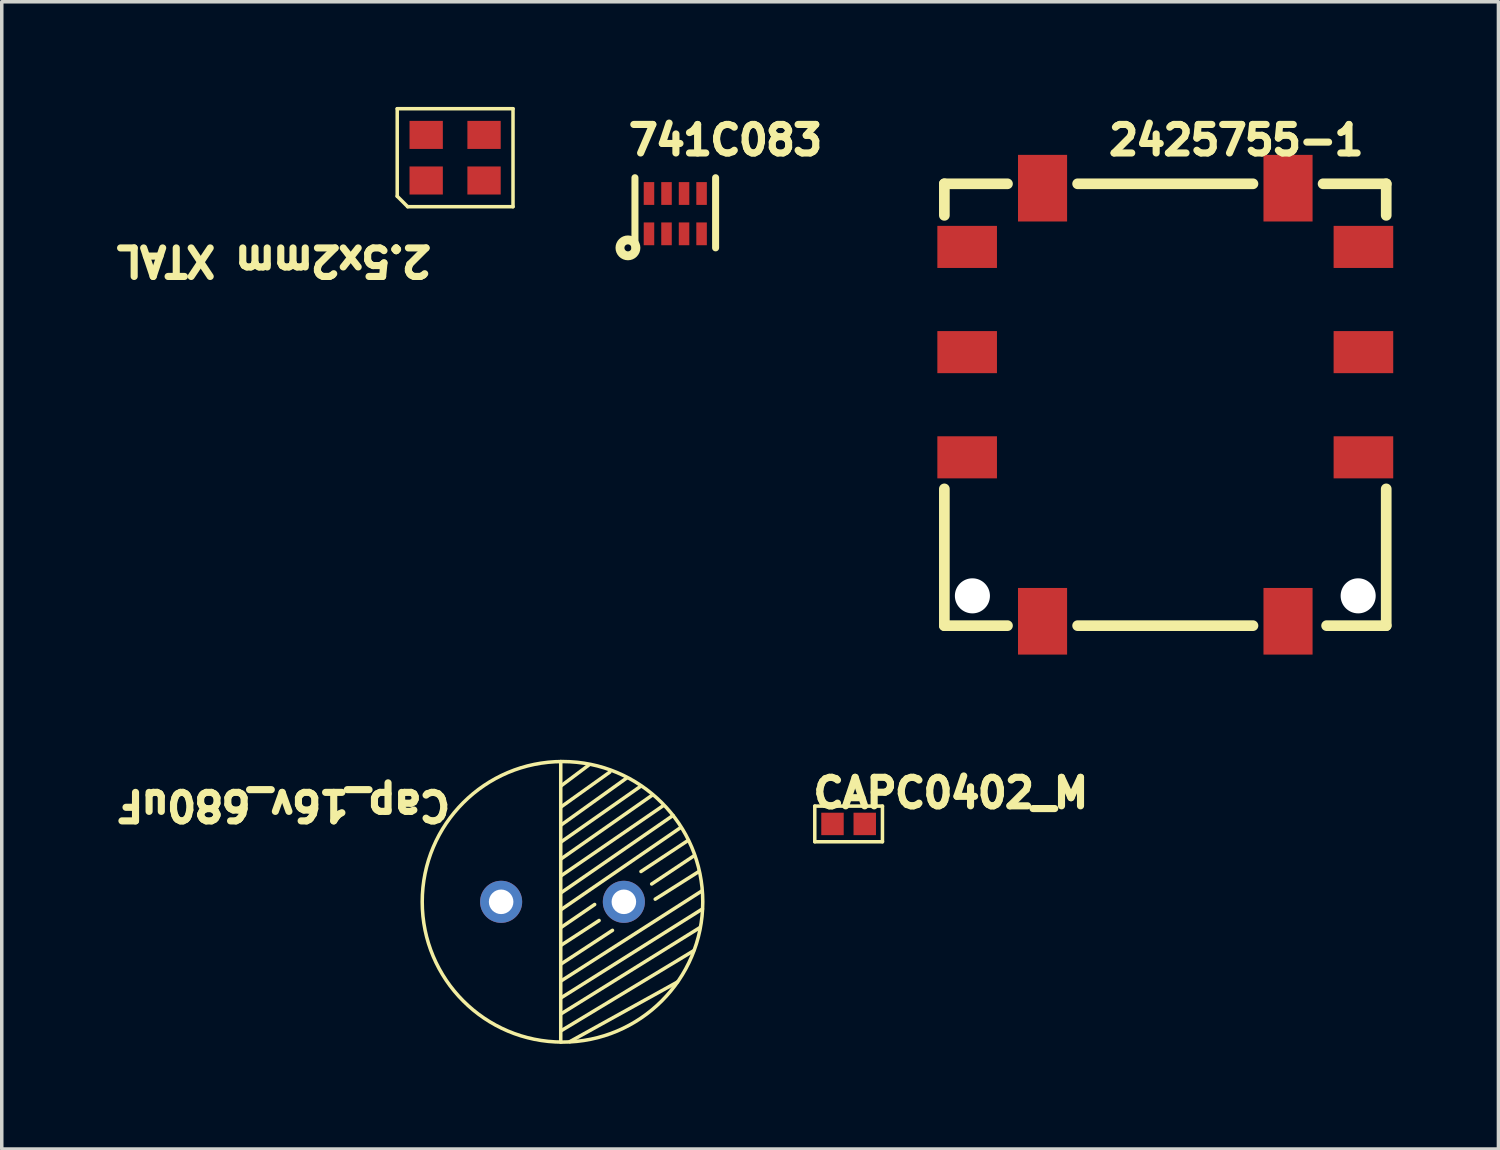
<source format=kicad_pcb>
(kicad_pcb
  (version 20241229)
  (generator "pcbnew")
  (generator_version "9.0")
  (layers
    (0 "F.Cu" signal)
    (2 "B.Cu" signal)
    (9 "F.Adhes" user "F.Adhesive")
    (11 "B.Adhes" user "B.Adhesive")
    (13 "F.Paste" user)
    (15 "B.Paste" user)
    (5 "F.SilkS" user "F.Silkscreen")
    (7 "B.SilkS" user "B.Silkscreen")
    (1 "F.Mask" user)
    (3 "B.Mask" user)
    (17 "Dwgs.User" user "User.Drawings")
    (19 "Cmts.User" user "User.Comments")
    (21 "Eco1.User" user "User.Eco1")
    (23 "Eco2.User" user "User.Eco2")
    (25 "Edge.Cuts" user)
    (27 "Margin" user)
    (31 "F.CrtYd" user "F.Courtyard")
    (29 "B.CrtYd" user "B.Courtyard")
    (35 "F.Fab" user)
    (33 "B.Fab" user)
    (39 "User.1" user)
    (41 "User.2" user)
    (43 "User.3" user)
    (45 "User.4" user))
  (footprint "2425755-1"
    (layer "F.Cu")
    (at 30.179 8.491)
    (property "Reference" "2425755-1" (at -1.71 -7.069 0) (unlocked yes) (layer "F.SilkS") (effects (font (size 0.813 0.813) (thickness 0.203)) (justify left bottom)))
    (fp_line (start -6.3 -6.3) (end -6.3 -5.4) (stroke (width 0.305) (type solid)) (layer "F.SilkS"))
    (fp_line (start -6.3 -6.3) (end -4.5 -6.3) (stroke (width 0.305) (type solid)) (layer "F.SilkS"))
    (fp_line (start -6.3 2.4) (end -6.3 6.3) (stroke (width 0.305) (type solid)) (layer "F.SilkS"))
    (fp_line (start -6.3 6.3) (end -4.5 6.3) (stroke (width 0.305) (type solid)) (layer "F.SilkS"))
    (fp_line (start -2.5 -6.3) (end 2.5 -6.3) (stroke (width 0.305) (type solid)) (layer "F.SilkS"))
    (fp_line (start -2.5 6.3) (end 2.5 6.3) (stroke (width 0.305) (type solid)) (layer "F.SilkS"))
    (fp_line (start 4.5 -6.3) (end 6.3 -6.3) (stroke (width 0.305) (type solid)) (layer "F.SilkS"))
    (fp_line (start 4.6 6.3) (end 6.3 6.3) (stroke (width 0.305) (type solid)) (layer "F.SilkS"))
    (fp_line (start 6.3 -6.3) (end 6.3 -5.4) (stroke (width 0.305) (type solid)) (layer "F.SilkS"))
    (fp_line (start 6.3 2.4) (end 6.3 6.3) (stroke (width 0.305) (type solid)) (layer "F.SilkS"))
    (pad "" np_thru_hole circle (at -5.5 5.45) (size 1 1) (drill 1) (layers "*.Cu" "*.Mask"))
    (pad "" np_thru_hole circle (at 5.5 5.45) (size 1 1) (drill 1) (layers "*.Cu" "*.Mask"))
    (pad "1" smd rect (at -5.65 -4.5) (size 1.7 1.2) (layers "F.Cu" "F.Mask" "F.Paste"))
    (pad "2" smd rect (at -5.65 -1.5) (size 1.7 1.2) (layers "F.Cu" "F.Mask" "F.Paste"))
    (pad "3" smd rect (at -5.65 1.5) (size 1.7 1.2) (layers "F.Cu" "F.Mask" "F.Paste"))
    (pad "4" smd rect (at 5.65 -4.5) (size 1.7 1.2) (layers "F.Cu" "F.Mask" "F.Paste"))
    (pad "5" smd rect (at 5.65 -1.5) (size 1.7 1.2) (layers "F.Cu" "F.Mask" "F.Paste"))
    (pad "6" smd rect (at 5.65 1.5) (size 1.7 1.2) (layers "F.Cu" "F.Mask" "F.Paste"))
    (pad "MP1" smd rect (at -3.5 -6.175 90) (size 1.9 1.4) (layers "F.Cu" "F.Mask" "F.Paste"))
    (pad "MP2" smd rect (at 3.5 -6.175 90) (size 1.9 1.4) (layers "F.Cu" "F.Mask" "F.Paste"))
    (pad "MP3" smd rect (at 3.5 6.175 90) (size 1.9 1.4) (layers "F.Cu" "F.Mask" "F.Paste"))
    (pad "MP4" smd rect (at -3.5 6.175 90) (size 1.9 1.4) (layers "F.Cu" "F.Mask" "F.Paste")))
  (footprint "2.5x2mm XTAL"
    (layer "F.Cu")
    (at 9.928 1.447)
    (property "Reference" "2.5x2mm XTAL" (at -0.579 2.463 180) (unlocked yes) (layer "F.SilkS") (effects (font (size 0.813 0.813) (thickness 0.203)) (justify left bottom)))
    (fp_line (start -1.651 -1.397) (end -1.651 1.099) (stroke (width 0.1) (type solid)) (layer "F.SilkS"))
    (fp_line (start -1.651 -1.397) (end 1.651 -1.397) (stroke (width 0.1) (type solid)) (layer "F.SilkS"))
    (fp_line (start -1.651 1.099) (end -1.353 1.397) (stroke (width 0.1) (type solid)) (layer "F.SilkS"))
    (fp_line (start -1.353 1.397) (end 1.651 1.397) (stroke (width 0.1) (type solid)) (layer "F.SilkS"))
    (fp_line (start 1.651 -1.397) (end 1.651 1.397) (stroke (width 0.1) (type solid)) (layer "F.SilkS"))
    (pad "1" smd rect (at -0.825 0.65 180) (size 0.95 0.8) (layers "F.Cu" "F.Mask" "F.Paste"))
    (pad "2" smd rect (at 0.825 0.65 180) (size 0.95 0.8) (layers "F.Cu" "F.Mask" "F.Paste"))
    (pad "3" smd rect (at 0.825 -0.65 180) (size 0.95 0.8) (layers "F.Cu" "F.Mask" "F.Paste"))
    (pad "4" smd rect (at -0.825 -0.65 180) (size 0.95 0.8) (layers "F.Cu" "F.Mask" "F.Paste")))
  (footprint "Cap_16v_680uF"
    (layer "F.Cu")
    (at 11.24 22.666)
    (property "Reference" "Cap_16v_680uF" (at -1.349 -3.231 180) (unlocked yes) (layer "F.SilkS") (effects (font (size 0.813 0.813) (thickness 0.203)) (justify left bottom)))
    (fp_line (start 1.7 -4) (end 1.7 4) (stroke (width 0.1) (type solid)) (layer "F.SilkS"))
    (fp_line (start 2.5 -3.9) (end 1.7 -3.3) (stroke (width 0.1) (type solid)) (layer "F.SilkS"))
    (fp_line (start 2.667 0.076) (end 1.7 0.737) (stroke (width 0.1) (type solid)) (layer "F.SilkS"))
    (fp_line (start 2.794 0.533) (end 1.7 1.245) (stroke (width 0.1) (type solid)) (layer "F.SilkS"))
    (fp_line (start 3.1 -3.7) (end 1.7 -2.7) (stroke (width 0.1) (type solid)) (layer "F.SilkS"))
    (fp_line (start 3.175 0.813) (end 1.702 1.778) (stroke (width 0.1) (type solid)) (layer "F.SilkS"))
    (fp_line (start 3.581 -3.531) (end 1.702 -2.184) (stroke (width 0.1) (type solid)) (layer "F.SilkS"))
    (fp_line (start 3.988 -3.302) (end 1.702 -1.702) (stroke (width 0.1) (type solid)) (layer "F.SilkS"))
    (fp_line (start 4.318 -3.048) (end 1.702 -1.219) (stroke (width 0.1) (type solid)) (layer "F.SilkS"))
    (fp_line (start 4.623 -2.743) (end 1.702 -0.737) (stroke (width 0.1) (type solid)) (layer "F.SilkS"))
    (fp_line (start 4.902 -2.464) (end 1.702 -0.254) (stroke (width 0.1) (type solid)) (layer "F.SilkS"))
    (fp_line (start 5.029 2.286) (end 1.956 3.988) (stroke (width 0.1) (type solid)) (layer "F.SilkS"))
    (fp_line (start 5.105 -2.108) (end 1.7 0.229) (stroke (width 0.1) (type solid)) (layer "F.SilkS"))
    (fp_line (start 5.334 -1.753) (end 3.988 -0.864) (stroke (width 0.1) (type solid)) (layer "F.SilkS"))
    (fp_line (start 5.486 1.397) (end 1.7 3.683) (stroke (width 0.1) (type solid)) (layer "F.SilkS"))
    (fp_line (start 5.512 -1.321) (end 4.293 -0.508) (stroke (width 0.1) (type solid)) (layer "F.SilkS"))
    (fp_line (start 5.639 -0.864) (end 4.394 -0.076) (stroke (width 0.1) (type solid)) (layer "F.SilkS"))
    (fp_line (start 5.664 0.737) (end 1.7 3.2) (stroke (width 0.1) (type solid)) (layer "F.SilkS"))
    (fp_line (start 5.715 -0.305) (end 1.702 2.261) (stroke (width 0.1) (type solid)) (layer "F.SilkS"))
    (fp_line (start 5.74 0.203) (end 1.7 2.743) (stroke (width 0.1) (type solid)) (layer "F.SilkS"))
    (fp_circle (center 1.75 0) (end 1.75 4) (stroke (width 0.1) (type solid)) (fill no) (layer "F.SilkS"))
    (pad "1" thru_hole circle (at 0 0) (size 1.2 1.2) (drill 0.7) (layers "*.Cu" "*.Mask"))
    (pad "2" thru_hole circle (at 3.5 0) (size 1.2 1.2) (drill 0.7) (layers "*.Cu" "*.Mask")))
  (footprint "CAPC0402_M"
    (layer "F.Cu")
    (at 21.149 20.445)
    (property "Reference" "CAPC0402_M" (at -1.109 -0.406 0) (unlocked yes) (layer "F.SilkS") (effects (font (size 0.813 0.813) (thickness 0.203)) (justify left bottom)))
    (fp_line (start -0.965 -0.508) (end 0.965 -0.508) (stroke (width 0.1) (type solid)) (layer "F.SilkS"))
    (fp_line (start -0.965 0.508) (end -0.965 -0.508) (stroke (width 0.1) (type solid)) (layer "F.SilkS"))
    (fp_line (start -0.965 0.508) (end 0.965 0.508) (stroke (width 0.1) (type solid)) (layer "F.SilkS"))
    (fp_line (start 0.965 0.508) (end 0.965 -0.508) (stroke (width 0.1) (type solid)) (layer "F.SilkS"))
    (fp_line (start -0.95 -0.5) (end 0.95 -0.5) (stroke (width 0.05) (type solid)) (layer "Eco1.User"))
    (fp_line (start -0.95 0.5) (end -0.95 -0.5) (stroke (width 0.05) (type solid)) (layer "Eco1.User"))
    (fp_line (start -0.95 0.5) (end 0.95 0.5) (stroke (width 0.05) (type solid)) (layer "Eco1.User"))
    (fp_line (start -0.55 0.3) (end -0.55 -0.3) (stroke (width 0.1) (type solid)) (layer "Eco1.User"))
    (fp_line (start -0.55 0.3) (end 0.55 0.3) (stroke (width 0.1) (type solid)) (layer "Eco1.User"))
    (fp_line (start -0.3 0) (end 0.3 0) (stroke (width 0.1) (type solid)) (layer "Eco1.User"))
    (fp_line (start 0 0.3) (end 0 -0.3) (stroke (width 0.1) (type solid)) (layer "Eco1.User"))
    (fp_line (start 0.55 -0.3) (end -0.55 -0.3) (stroke (width 0.1) (type solid)) (layer "Eco1.User"))
    (fp_line (start 0.55 0.3) (end 0.55 -0.3) (stroke (width 0.1) (type solid)) (layer "Eco1.User"))
    (fp_line (start 0.95 0.5) (end 0.95 -0.5) (stroke (width 0.05) (type solid)) (layer "Eco1.User"))
    (pad "1" smd rect (at -0.46 0 270) (size 0.64 0.64) (layers "F.Cu" "F.Mask" "F.Paste"))
    (pad "2" smd rect (at 0.46 0 270) (size 0.64 0.64) (layers "F.Cu" "F.Mask" "F.Paste")))
  (footprint "741C083"
    (layer "F.Cu")
    (at 15.456 3.618)
    (property "Reference" "741C083" (at -0.682 -2.196 0) (unlocked yes) (layer "F.SilkS") (effects (font (size 0.813 0.813) (thickness 0.203)) (justify left bottom)))
    (fp_line (start -0.4 -1.6) (end -0.4 0.4) (stroke (width 0.2) (type solid)) (layer "F.SilkS"))
    (fp_line (start 1.9 -1.6) (end 1.9 0.4) (stroke (width 0.2) (type solid)) (layer "F.SilkS"))
    (fp_circle (center -0.6 0.4) (end -0.5 0.4) (stroke (width 0.254) (type solid)) (fill no) (layer "F.SilkS"))
    (pad "1A" smd rect (at 0 0 180) (size 0.3 0.65) (layers "F.Cu" "F.Mask" "F.Paste"))
    (pad "1B" smd rect (at 0 -1.15 180) (size 0.3 0.65) (layers "F.Cu" "F.Mask" "F.Paste"))
    (pad "2A" smd rect (at 0.5 0 180) (size 0.3 0.65) (layers "F.Cu" "F.Mask" "F.Paste"))
    (pad "2B" smd rect (at 0.5 -1.15 180) (size 0.3 0.65) (layers "F.Cu" "F.Mask" "F.Paste"))
    (pad "3A" smd rect (at 1 0 180) (size 0.3 0.65) (layers "F.Cu" "F.Mask" "F.Paste"))
    (pad "3B" smd rect (at 1 -1.15 180) (size 0.3 0.65) (layers "F.Cu" "F.Mask" "F.Paste"))
    (pad "4A" smd rect (at 1.5 0 180) (size 0.3 0.65) (layers "F.Cu" "F.Mask" "F.Paste"))
    (pad "4B" smd rect (at 1.5 -1.15 180) (size 0.3 0.65) (layers "F.Cu" "F.Mask" "F.Paste")))
  (gr_rect
    (start -3 -3)
    (end 39.679 29.716)
    (stroke (width 0.1) (type default))
    (fill no)
    (layer "Edge.Cuts")))
</source>
